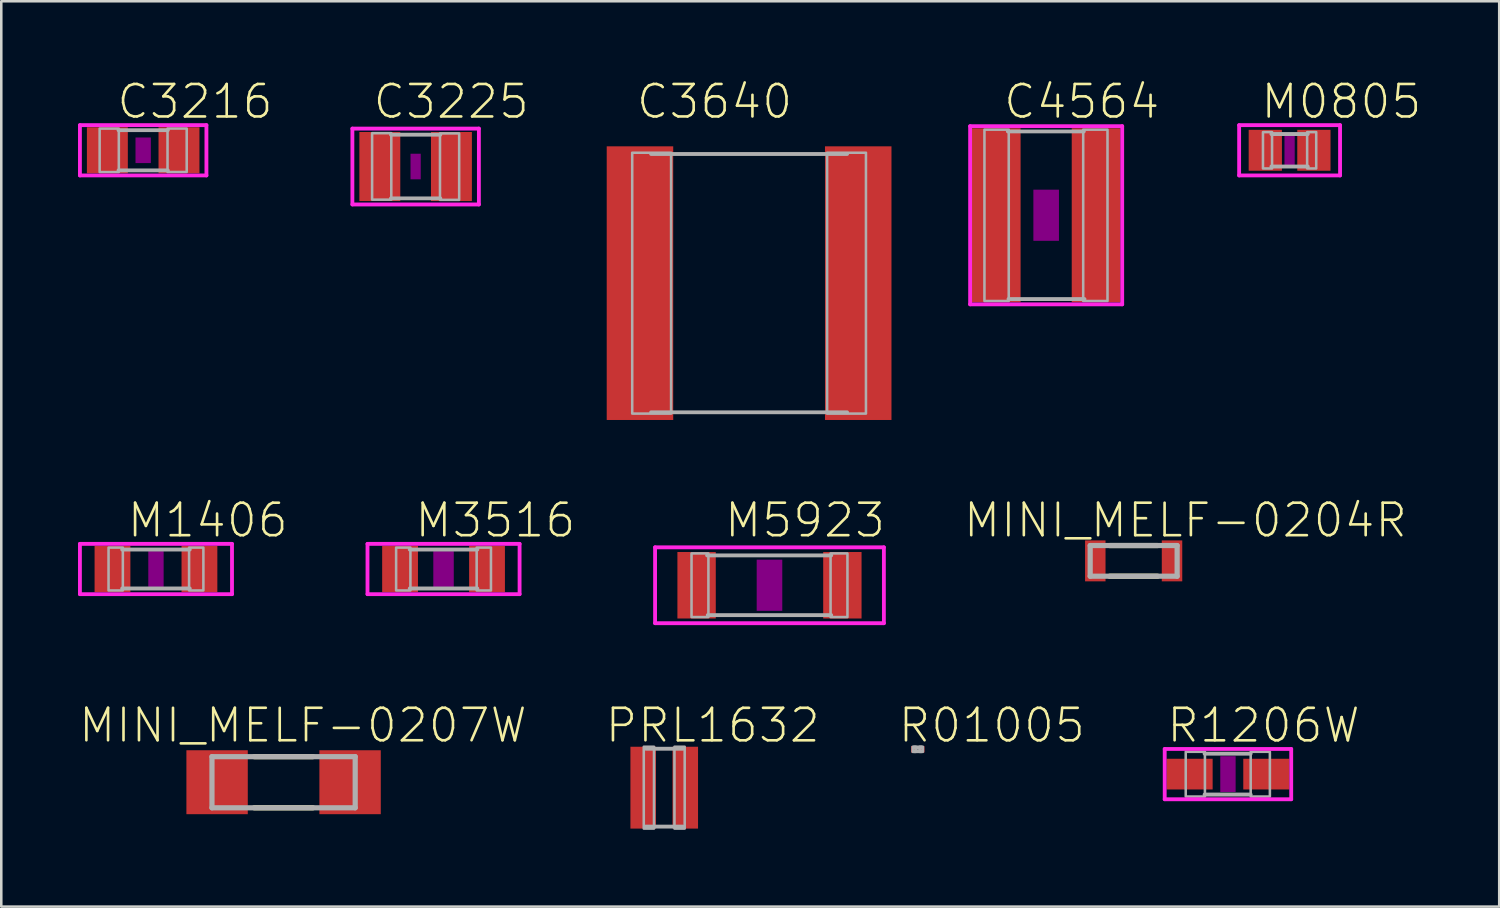
<source format=kicad_pcb>
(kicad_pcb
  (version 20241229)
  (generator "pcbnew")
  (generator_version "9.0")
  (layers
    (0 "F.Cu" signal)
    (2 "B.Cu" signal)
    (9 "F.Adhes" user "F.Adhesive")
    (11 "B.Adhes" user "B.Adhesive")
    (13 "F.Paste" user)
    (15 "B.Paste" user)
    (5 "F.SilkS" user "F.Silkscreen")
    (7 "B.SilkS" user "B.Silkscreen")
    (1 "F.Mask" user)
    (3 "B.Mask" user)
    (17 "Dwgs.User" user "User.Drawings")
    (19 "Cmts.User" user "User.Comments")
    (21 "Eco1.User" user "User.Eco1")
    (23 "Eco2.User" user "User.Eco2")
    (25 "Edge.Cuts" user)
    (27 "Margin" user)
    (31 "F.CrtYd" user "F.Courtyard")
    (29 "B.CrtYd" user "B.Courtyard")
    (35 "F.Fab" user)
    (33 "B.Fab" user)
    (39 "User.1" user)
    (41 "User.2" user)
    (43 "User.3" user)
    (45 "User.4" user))
  (footprint "C3225"
    (layer "F.Cu")
    (at 13.201 3.461)
    (property "Reference" "C3225" (at 1.391 -2.54 0) (layer "F.SilkS") (effects (font (size 1.27 1.27) (thickness 0.102))))
    (attr through_hole)
    (fp_poly (pts (xy -0.2 -0.5) (xy 0.2 -0.5) (xy 0.2 0.5) (xy -0.2 0.5)) (stroke (width 0) (type solid)) (fill yes) (layer "F.Adhes"))
    (fp_line (start -2.473 -1.483) (end 2.473 -1.483) (stroke (width 0.15) (type solid)) (layer "F.CrtYd"))
    (fp_line (start -2.473 1.483) (end -2.473 -1.483) (stroke (width 0.15) (type solid)) (layer "F.CrtYd"))
    (fp_line (start 2.473 -1.483) (end 2.473 1.483) (stroke (width 0.15) (type solid)) (layer "F.CrtYd"))
    (fp_line (start 2.473 1.483) (end -2.473 1.483) (stroke (width 0.15) (type solid)) (layer "F.CrtYd"))
    (fp_line (start -0.965 -1.245) (end 0.965 -1.245) (stroke (width 0.15) (type solid)) (layer "F.Fab"))
    (fp_line (start -0.965 1.245) (end 0.965 1.245) (stroke (width 0.15) (type solid)) (layer "F.Fab"))
    (fp_poly (pts (xy -1.702 -1.304) (xy -0.952 -1.304) (xy -0.952 1.295) (xy -1.702 1.295)) (stroke (width 0.1) (type solid)) (fill no) (layer "F.Fab"))
    (fp_poly (pts (xy 0.952 -1.295) (xy 1.702 -1.295) (xy 1.702 1.304) (xy 0.952 1.304)) (stroke (width 0.1) (type solid)) (fill no) (layer "F.Fab"))
    (pad "1" smd rect (at -1.4 0) (size 1.6 2.7) (layers "F.Cu" "F.Mask" "F.Paste"))
    (pad "2" smd rect (at 1.4 0) (size 1.6 2.7) (layers "F.Cu" "F.Mask" "F.Paste")))
  (footprint "PRL1632"
    (layer "F.Cu")
    (at 22.921 27.747)
    (property "Reference" "PRL1632" (at 1.896 -2.435 0) (layer "F.SilkS") (effects (font (size 1.27 1.27) (thickness 0.102))))
    (attr through_hole)
    (fp_line (start 0.728 -1.523) (end -0.715 -1.523) (stroke (width 0.152) (type solid)) (layer "F.Fab"))
    (fp_line (start 0.728 1.523) (end -0.728 1.523) (stroke (width 0.152) (type solid)) (layer "F.Fab"))
    (fp_poly (pts (xy -0.8 -1.6) (xy -0.4 -1.6) (xy -0.4 1.6) (xy -0.8 1.6)) (stroke (width 0.1) (type solid)) (fill no) (layer "F.Fab"))
    (fp_poly (pts (xy 0.4 -1.6) (xy 0.8 -1.6) (xy 0.8 1.6) (xy 0.4 1.6)) (stroke (width 0.1) (type solid)) (fill no) (layer "F.Fab"))
    (pad "1" smd rect (at -0.822 0) (size 1 3.2) (layers "F.Cu" "F.Mask" "F.Paste"))
    (pad "2" smd rect (at 0.822 0) (size 1 3.2) (layers "F.Cu" "F.Mask" "F.Paste")))
  (footprint "C3640"
    (layer "F.Cu")
    (at 26.239 8.021)
    (property "Reference" "C3640" (at -1.351 -7.1 0) (layer "F.SilkS") (effects (font (size 1.27 1.27) (thickness 0.102))))
    (attr through_hole)
    (fp_line (start -3.832 -5.05) (end 3.832 -5.05) (stroke (width 0.15) (type solid)) (layer "F.Fab"))
    (fp_line (start -3.832 5.05) (end 3.832 5.05) (stroke (width 0.15) (type solid)) (layer "F.Fab"))
    (fp_poly (pts (xy -4.57 -5.1) (xy -3.05 -5.1) (xy -3.05 5.1) (xy -4.57 5.1)) (stroke (width 0.1) (type solid)) (fill no) (layer "F.Fab"))
    (fp_poly (pts (xy 3.05 -5.1) (xy 4.569 -5.1) (xy 4.569 5.1) (xy 3.05 5.1)) (stroke (width 0.1) (type solid)) (fill no) (layer "F.Fab"))
    (pad "1" smd rect (at -4.267 0) (size 2.6 10.7) (layers "F.Cu" "F.Mask" "F.Paste"))
    (pad "2" smd rect (at 4.267 0) (size 2.6 10.7) (layers "F.Cu" "F.Mask" "F.Paste")))
  (footprint "M1406"
    (layer "F.Cu")
    (at 3.048 19.198)
    (property "Reference" "M1406" (at 2.026 -1.905 0) (layer "F.SilkS") (effects (font (size 1.27 1.27) (thickness 0.102))))
    (attr through_hole)
    (fp_poly (pts (xy -0.3 -0.7) (xy 0.3 -0.7) (xy 0.3 0.7) (xy -0.3 0.7)) (stroke (width 0) (type solid)) (fill yes) (layer "F.Adhes"))
    (fp_line (start -2.973 -0.983) (end 2.973 -0.983) (stroke (width 0.15) (type solid)) (layer "F.CrtYd"))
    (fp_line (start -2.973 0.983) (end -2.973 -0.983) (stroke (width 0.15) (type solid)) (layer "F.CrtYd"))
    (fp_line (start 2.973 -0.983) (end 2.973 0.983) (stroke (width 0.15) (type solid)) (layer "F.CrtYd"))
    (fp_line (start 2.973 0.983) (end -2.973 0.983) (stroke (width 0.15) (type solid)) (layer "F.CrtYd"))
    (fp_line (start 1.321 -0.762) (end -1.321 -0.762) (stroke (width 0.152) (type solid)) (layer "F.Fab"))
    (fp_line (start 1.321 0.762) (end -1.321 0.762) (stroke (width 0.152) (type solid)) (layer "F.Fab"))
    (fp_poly (pts (xy -1.854 -0.838) (xy -1.295 -0.838) (xy -1.295 0.838) (xy -1.854 0.838)) (stroke (width 0.1) (type solid)) (fill no) (layer "F.Fab"))
    (fp_poly (pts (xy 1.295 -0.838) (xy 1.854 -0.838) (xy 1.854 0.838) (xy 1.295 0.838)) (stroke (width 0.1) (type solid)) (fill no) (layer "F.Fab"))
    (pad "1" smd rect (at -1.7 0) (size 1.4 1.8) (layers "F.Cu" "F.Mask" "F.Paste"))
    (pad "2" smd rect (at 1.7 0) (size 1.4 1.8) (layers "F.Cu" "F.Mask" "F.Paste")))
  (footprint "R1206W"
    (layer "F.Cu")
    (at 44.962 27.217)
    (property "Reference" "R1206W" (at 1.391 -1.905 0) (layer "F.SilkS") (effects (font (size 1.27 1.27) (thickness 0.102))))
    (attr through_hole)
    (fp_poly (pts (xy -0.3 -0.7) (xy 0.3 -0.7) (xy 0.3 0.7) (xy -0.3 0.7)) (stroke (width 0) (type solid)) (fill yes) (layer "F.Adhes"))
    (fp_line (start -2.473 -0.983) (end 2.473 -0.983) (stroke (width 0.15) (type solid)) (layer "F.CrtYd"))
    (fp_line (start -2.473 0.983) (end -2.473 -0.983) (stroke (width 0.15) (type solid)) (layer "F.CrtYd"))
    (fp_line (start 2.473 -0.983) (end 2.473 0.983) (stroke (width 0.15) (type solid)) (layer "F.CrtYd"))
    (fp_line (start 2.473 0.983) (end -2.473 0.983) (stroke (width 0.15) (type solid)) (layer "F.CrtYd"))
    (fp_line (start -0.913 -0.8) (end 0.888 -0.8) (stroke (width 0.152) (type solid)) (layer "F.Fab"))
    (fp_line (start -0.913 0.8) (end 0.888 0.8) (stroke (width 0.152) (type solid)) (layer "F.Fab"))
    (fp_poly (pts (xy -1.651 -0.874) (xy -0.901 -0.874) (xy -0.901 0.876) (xy -1.651 0.876)) (stroke (width 0.1) (type solid)) (fill no) (layer "F.Fab"))
    (fp_poly (pts (xy 0.889 -0.874) (xy 1.639 -0.874) (xy 1.639 0.876) (xy 0.889 0.876)) (stroke (width 0.1) (type solid)) (fill no) (layer "F.Fab"))
    (pad "1" smd rect (at -1.499 0) (size 1.8 1.2) (layers "F.Cu" "F.Mask" "F.Paste"))
    (pad "2" smd rect (at 1.499 0) (size 1.8 1.2) (layers "F.Cu" "F.Mask" "F.Paste")))
  (footprint "M5923"
    (layer "F.Cu")
    (at 27.036 19.833)
    (property "Reference" "M5923" (at 1.391 -2.54 0) (layer "F.SilkS") (effects (font (size 1.27 1.27) (thickness 0.102))))
    (attr through_hole)
    (fp_poly (pts (xy -0.5 -1) (xy 0.5 -1) (xy 0.5 1) (xy -0.5 1)) (stroke (width 0) (type solid)) (fill yes) (layer "F.Adhes"))
    (fp_line (start -4.473 -1.483) (end 4.473 -1.483) (stroke (width 0.15) (type solid)) (layer "F.CrtYd"))
    (fp_line (start -4.473 1.483) (end -4.473 -1.483) (stroke (width 0.15) (type solid)) (layer "F.CrtYd"))
    (fp_line (start 4.473 -1.483) (end 4.473 1.483) (stroke (width 0.15) (type solid)) (layer "F.CrtYd"))
    (fp_line (start 4.473 1.483) (end -4.473 1.483) (stroke (width 0.15) (type solid)) (layer "F.CrtYd"))
    (fp_line (start 2.413 -1.168) (end -2.438 -1.168) (stroke (width 0.152) (type solid)) (layer "F.Fab"))
    (fp_line (start 2.413 1.168) (end -2.413 1.168) (stroke (width 0.152) (type solid)) (layer "F.Fab"))
    (fp_poly (pts (xy -3.048 -1.245) (xy -2.388 -1.245) (xy -2.388 1.245) (xy -3.048 1.245)) (stroke (width 0.1) (type solid)) (fill no) (layer "F.Fab"))
    (fp_poly (pts (xy 2.388 -1.245) (xy 3.048 -1.245) (xy 3.048 1.245) (xy 2.388 1.245)) (stroke (width 0.1) (type solid)) (fill no) (layer "F.Fab"))
    (pad "1" smd rect (at -2.85 0) (size 1.5 2.6) (layers "F.Cu" "F.Mask" "F.Paste"))
    (pad "2" smd rect (at 2.85 0) (size 1.5 2.6) (layers "F.Cu" "F.Mask" "F.Paste")))
  (footprint "M3516"
    (layer "F.Cu")
    (at 14.292 19.198)
    (property "Reference" "M3516" (at 2.026 -1.905 0) (layer "F.SilkS") (effects (font (size 1.27 1.27) (thickness 0.102))))
    (attr through_hole)
    (fp_poly (pts (xy -0.4 -0.7) (xy 0.4 -0.7) (xy 0.4 0.7) (xy -0.4 0.7)) (stroke (width 0) (type solid)) (fill yes) (layer "F.Adhes"))
    (fp_line (start -2.973 -0.983) (end 2.973 -0.983) (stroke (width 0.15) (type solid)) (layer "F.CrtYd"))
    (fp_line (start -2.973 0.983) (end -2.973 -0.983) (stroke (width 0.15) (type solid)) (layer "F.CrtYd"))
    (fp_line (start 2.973 -0.983) (end 2.973 0.983) (stroke (width 0.15) (type solid)) (layer "F.CrtYd"))
    (fp_line (start 2.973 0.983) (end -2.973 0.983) (stroke (width 0.15) (type solid)) (layer "F.CrtYd"))
    (fp_line (start 1.321 -0.762) (end -1.321 -0.762) (stroke (width 0.152) (type solid)) (layer "F.Fab"))
    (fp_line (start 1.321 0.762) (end -1.321 0.762) (stroke (width 0.152) (type solid)) (layer "F.Fab"))
    (fp_poly (pts (xy -1.854 -0.838) (xy -1.295 -0.838) (xy -1.295 0.838) (xy -1.854 0.838)) (stroke (width 0.1) (type solid)) (fill no) (layer "F.Fab"))
    (fp_poly (pts (xy 1.295 -0.838) (xy 1.854 -0.838) (xy 1.854 0.838) (xy 1.295 0.838)) (stroke (width 0.1) (type solid)) (fill no) (layer "F.Fab"))
    (pad "1" smd rect (at -1.7 0) (size 1.4 1.8) (layers "F.Cu" "F.Mask" "F.Paste"))
    (pad "2" smd rect (at 1.7 0) (size 1.4 1.8) (layers "F.Cu" "F.Mask" "F.Paste")))
  (footprint "M0805"
    (layer "F.Cu")
    (at 47.372 2.826)
    (property "Reference" "M0805" (at 2.026 -1.905 0) (layer "F.SilkS") (effects (font (size 1.27 1.27) (thickness 0.102))))
    (attr through_hole)
    (fp_poly (pts (xy -0.2 -0.6) (xy 0.2 -0.6) (xy 0.2 0.6) (xy -0.2 0.6)) (stroke (width 0) (type solid)) (fill yes) (layer "F.Adhes"))
    (fp_line (start -1.973 -0.983) (end 1.973 -0.983) (stroke (width 0.15) (type solid)) (layer "F.CrtYd"))
    (fp_line (start -1.973 0.983) (end -1.973 -0.983) (stroke (width 0.15) (type solid)) (layer "F.CrtYd"))
    (fp_line (start 1.973 -0.983) (end 1.973 0.983) (stroke (width 0.15) (type solid)) (layer "F.CrtYd"))
    (fp_line (start 1.973 0.983) (end -1.973 0.983) (stroke (width 0.15) (type solid)) (layer "F.CrtYd"))
    (fp_line (start 0.711 -0.635) (end -0.711 -0.635) (stroke (width 0.152) (type solid)) (layer "F.Fab"))
    (fp_line (start 0.711 0.635) (end -0.711 0.635) (stroke (width 0.152) (type solid)) (layer "F.Fab"))
    (fp_poly (pts (xy -1.041 -0.711) (xy -0.686 -0.711) (xy -0.686 0.711) (xy -1.041 0.711)) (stroke (width 0.1) (type solid)) (fill no) (layer "F.Fab"))
    (fp_poly (pts (xy 0.686 -0.711) (xy 1.041 -0.711) (xy 1.041 0.711) (xy 0.686 0.711)) (stroke (width 0.1) (type solid)) (fill no) (layer "F.Fab"))
    (pad "1" smd rect (at -0.95 0) (size 1.3 1.6) (layers "F.Cu" "F.Mask" "F.Paste"))
    (pad "2" smd rect (at 0.95 0) (size 1.3 1.6) (layers "F.Cu" "F.Mask" "F.Paste")))
  (footprint "MINI_MELF-0204R"
    (layer "F.Cu")
    (at 41.275 18.88)
    (property "Reference" "MINI_MELF-0204R" (at 2.026 -1.587 0) (layer "F.SilkS") (effects (font (size 1.27 1.27) (thickness 0.102))))
    (attr through_hole)
    (fp_line (start -0.938 0.6) (end 0.938 0.6) (stroke (width 0.203) (type solid)) (layer "F.SilkS"))
    (fp_line (start 0.938 -0.6) (end -0.938 -0.6) (stroke (width 0.203) (type solid)) (layer "F.SilkS"))
    (fp_line (start -1.7 -0.6) (end -1.7 0.6) (stroke (width 0.203) (type solid)) (layer "F.Fab"))
    (fp_line (start -1.7 0.6) (end 1.7 0.6) (stroke (width 0.203) (type solid)) (layer "F.Fab"))
    (fp_line (start 1.7 -0.6) (end -1.7 -0.6) (stroke (width 0.203) (type solid)) (layer "F.Fab"))
    (fp_line (start 1.7 0.6) (end 1.7 -0.6) (stroke (width 0.203) (type solid)) (layer "F.Fab"))
    (pad "1" smd rect (at -1.5 0) (size 0.8 1.6) (layers "F.Cu" "F.Mask" "F.Paste"))
    (pad "2" smd rect (at 1.5 0) (size 0.8 1.6) (layers "F.Cu" "F.Mask" "F.Paste")))
  (footprint "MINI_MELF-0207W"
    (layer "F.Cu")
    (at 8.038 27.534)
    (property "Reference" "MINI_MELF-0207W" (at 0.756 -2.223 0) (layer "F.SilkS") (effects (font (size 1.27 1.27) (thickness 0.102))))
    (attr through_hole)
    (fp_line (start -1.149 1) (end 1.149 1) (stroke (width 0.203) (type solid)) (layer "F.SilkS"))
    (fp_line (start 1.149 -1) (end -1.149 -1) (stroke (width 0.203) (type solid)) (layer "F.SilkS"))
    (fp_line (start -2.8 -1) (end -2.8 1) (stroke (width 0.203) (type solid)) (layer "F.Fab"))
    (fp_line (start -2.8 1) (end 2.8 1) (stroke (width 0.203) (type solid)) (layer "F.Fab"))
    (fp_line (start 2.8 -1) (end -2.8 -1) (stroke (width 0.203) (type solid)) (layer "F.Fab"))
    (fp_line (start 2.8 1) (end 2.8 -1) (stroke (width 0.203) (type solid)) (layer "F.Fab"))
    (pad "1" smd rect (at -2.6 0) (size 2.4 2.5) (layers "F.Cu" "F.Mask" "F.Paste"))
    (pad "2" smd rect (at 2.6 0) (size 2.4 2.5) (layers "F.Cu" "F.Mask" "F.Paste")))
  (footprint "C4564"
    (layer "F.Cu")
    (at 37.854 5.366)
    (property "Reference" "C4564" (at 1.391 -4.445 0) (layer "F.SilkS") (effects (font (size 1.27 1.27) (thickness 0.102))))
    (attr through_hole)
    (fp_poly (pts (xy -0.5 -1) (xy 0.5 -1) (xy 0.5 1) (xy -0.5 1)) (stroke (width 0) (type solid)) (fill yes) (layer "F.Adhes"))
    (fp_line (start -2.973 -3.483) (end 2.973 -3.483) (stroke (width 0.15) (type solid)) (layer "F.CrtYd"))
    (fp_line (start -2.973 3.483) (end -2.973 -3.483) (stroke (width 0.15) (type solid)) (layer "F.CrtYd"))
    (fp_line (start 2.973 -3.483) (end 2.973 3.483) (stroke (width 0.15) (type solid)) (layer "F.CrtYd"))
    (fp_line (start 2.973 3.483) (end -2.973 3.483) (stroke (width 0.15) (type solid)) (layer "F.CrtYd"))
    (fp_line (start -1.499 -3.277) (end 1.473 -3.277) (stroke (width 0.15) (type solid)) (layer "F.Fab"))
    (fp_line (start -1.473 3.277) (end 1.499 3.277) (stroke (width 0.15) (type solid)) (layer "F.Fab"))
    (fp_poly (pts (xy -2.413 -3.347) (xy -1.463 -3.347) (xy -1.463 3.353) (xy -2.413 3.353)) (stroke (width 0.1) (type solid)) (fill no) (layer "F.Fab"))
    (fp_poly (pts (xy 1.448 -3.347) (xy 2.398 -3.347) (xy 2.398 3.353) (xy 1.448 3.353)) (stroke (width 0.1) (type solid)) (fill no) (layer "F.Fab"))
    (pad "1" smd rect (at -1.95 0) (size 1.9 6.8) (layers "F.Cu" "F.Mask" "F.Paste"))
    (pad "2" smd rect (at 1.95 0) (size 1.9 6.8) (layers "F.Cu" "F.Mask" "F.Paste")))
  (footprint "R01005"
    (layer "F.Cu")
    (at 32.834 26.247)
    (property "Reference" "R01005" (at 2.896 -0.935 0) (layer "F.SilkS") (effects (font (size 1.27 1.27) (thickness 0.102))))
    (attr through_hole)
    (fp_poly (pts (xy -0.2 -0.1) (xy -0.075 -0.1) (xy -0.075 0.1) (xy -0.2 0.1)) (stroke (width 0.1) (type solid)) (fill no) (layer "F.Fab"))
    (fp_poly (pts (xy -0.15 -0.1) (xy 0.15 -0.1) (xy 0.15 -0.05) (xy -0.15 -0.05)) (stroke (width 0.1) (type solid)) (fill no) (layer "F.Fab"))
    (fp_poly (pts (xy -0.15 0.05) (xy 0.15 0.05) (xy 0.15 0.1) (xy -0.15 0.1)) (stroke (width 0.1) (type solid)) (fill no) (layer "F.Fab"))
    (fp_poly (pts (xy 0.075 -0.1) (xy 0.2 -0.1) (xy 0.2 0.1) (xy 0.075 0.1)) (stroke (width 0.1) (type solid)) (fill no) (layer "F.Fab"))
    (pad "1" smd rect (at -0.163 0) (size 0.2 0.25) (layers "F.Cu" "F.Mask" "F.Paste"))
    (pad "2" smd rect (at 0.163 0) (size 0.2 0.25) (layers "F.Cu" "F.Mask" "F.Paste")))
  (footprint "C3216"
    (layer "F.Cu")
    (at 2.548 2.826)
    (property "Reference" "C3216" (at 2.026 -1.905 0) (layer "F.SilkS") (effects (font (size 1.27 1.27) (thickness 0.102))))
    (attr through_hole)
    (fp_poly (pts (xy -0.3 -0.5) (xy 0.3 -0.5) (xy 0.3 0.5) (xy -0.3 0.5)) (stroke (width 0) (type solid)) (fill yes) (layer "F.Adhes"))
    (fp_line (start -2.473 -0.983) (end 2.473 -0.983) (stroke (width 0.15) (type solid)) (layer "F.CrtYd"))
    (fp_line (start -2.473 0.983) (end -2.473 -0.983) (stroke (width 0.15) (type solid)) (layer "F.CrtYd"))
    (fp_line (start 2.473 -0.983) (end 2.473 0.983) (stroke (width 0.15) (type solid)) (layer "F.CrtYd"))
    (fp_line (start 2.473 0.983) (end -2.473 0.983) (stroke (width 0.15) (type solid)) (layer "F.CrtYd"))
    (fp_line (start -0.965 -0.787) (end 0.965 -0.787) (stroke (width 0.15) (type solid)) (layer "F.Fab"))
    (fp_line (start -0.965 0.787) (end 0.965 0.787) (stroke (width 0.15) (type solid)) (layer "F.Fab"))
    (fp_poly (pts (xy -1.702 -0.849) (xy -0.952 -0.849) (xy -0.952 0.851) (xy -1.702 0.851)) (stroke (width 0.1) (type solid)) (fill no) (layer "F.Fab"))
    (fp_poly (pts (xy 0.952 -0.851) (xy 1.702 -0.851) (xy 1.702 0.849) (xy 0.952 0.849)) (stroke (width 0.1) (type solid)) (fill no) (layer "F.Fab"))
    (pad "1" smd rect (at -1.4 0) (size 1.6 1.8) (layers "F.Cu" "F.Mask" "F.Paste"))
    (pad "2" smd rect (at 1.4 0) (size 1.6 1.8) (layers "F.Cu" "F.Mask" "F.Paste")))
  (gr_rect
    (start -3 -3)
    (end 55.568 32.397)
    (stroke (width 0.1) (type default))
    (fill no)
    (layer "Edge.Cuts")))
</source>
